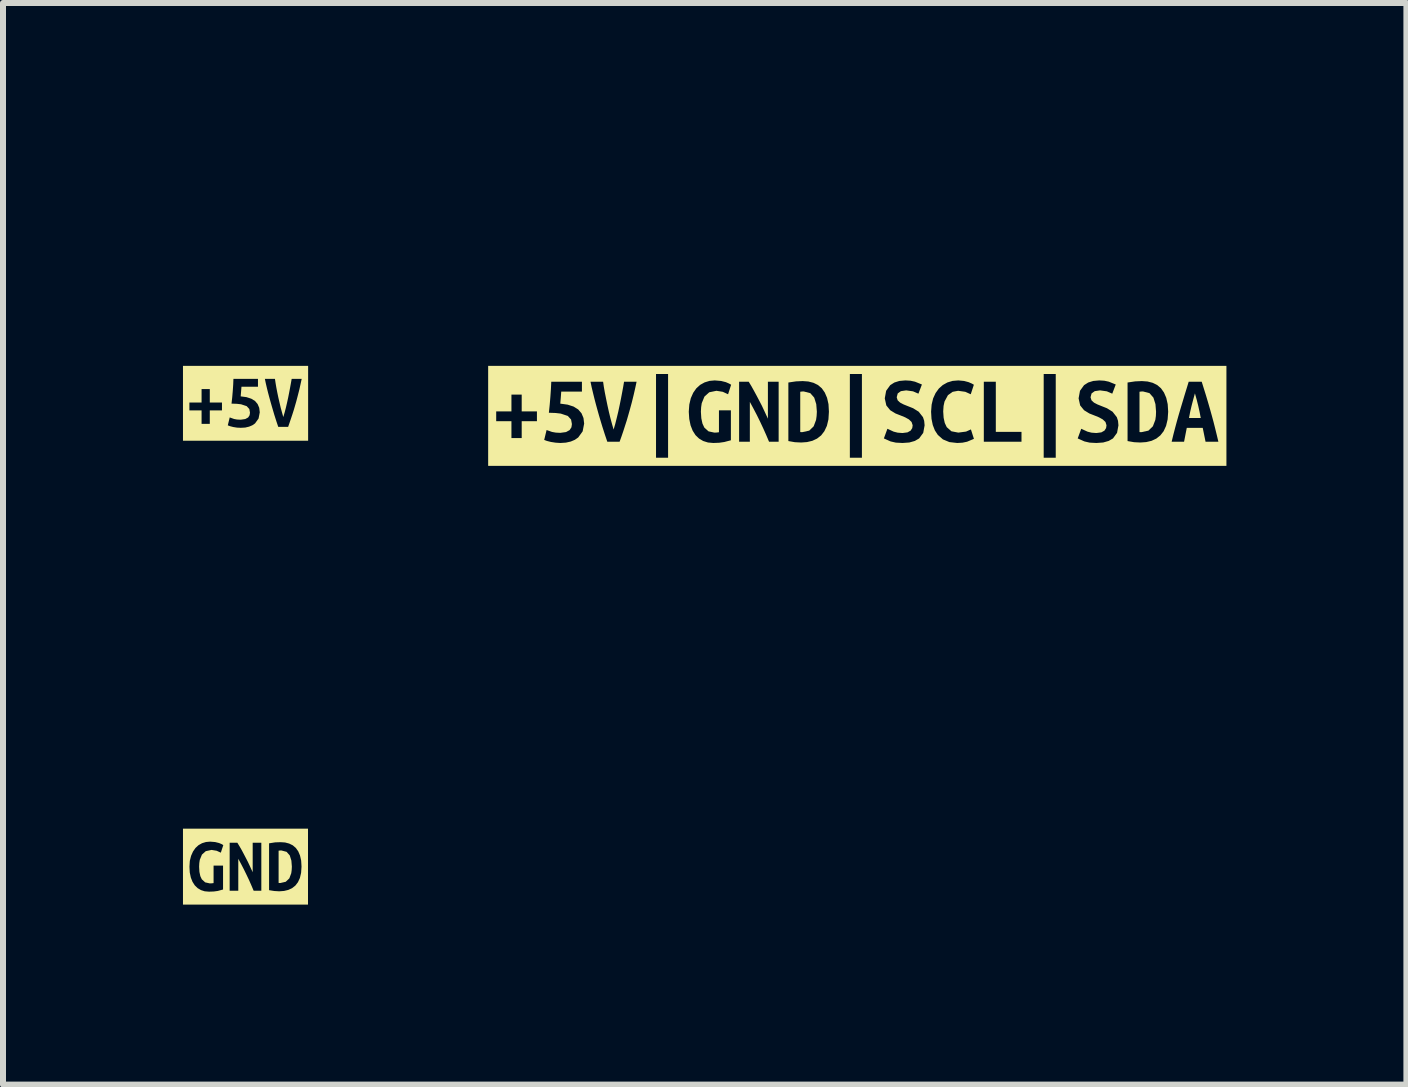
<source format=kicad_pcb>
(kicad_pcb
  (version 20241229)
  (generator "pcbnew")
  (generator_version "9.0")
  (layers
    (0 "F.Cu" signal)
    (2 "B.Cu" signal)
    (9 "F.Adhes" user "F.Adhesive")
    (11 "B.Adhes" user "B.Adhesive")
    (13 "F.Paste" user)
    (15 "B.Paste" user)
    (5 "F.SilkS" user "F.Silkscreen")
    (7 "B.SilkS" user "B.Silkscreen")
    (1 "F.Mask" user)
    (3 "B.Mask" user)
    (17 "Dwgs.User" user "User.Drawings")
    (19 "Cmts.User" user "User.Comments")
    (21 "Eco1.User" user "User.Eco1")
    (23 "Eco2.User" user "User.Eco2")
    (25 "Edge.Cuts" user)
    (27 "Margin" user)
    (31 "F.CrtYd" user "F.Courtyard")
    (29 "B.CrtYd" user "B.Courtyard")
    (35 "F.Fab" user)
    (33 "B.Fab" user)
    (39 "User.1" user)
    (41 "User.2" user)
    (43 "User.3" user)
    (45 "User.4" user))
  (footprint "kibuzzard-682711E3"
    (layer "F.Cu")
    (at 1.043 3.673)
    (property "Reference" "kibuzzard-682711E3" (at 0 -3.672 0) (layer "F.SilkS") (effects (font (size 0.001 0.001) (thickness 0.15))))
    (attr board_only exclude_from_pos_files exclude_from_bom)
    (fp_poly (pts (xy -0.936 -0.624) (xy -1.043 -0.624) (xy -1.043 0.624) (xy -0.936 0.624) (xy -0.596 0.624) (xy -0.596 0.342) (xy -0.733 0.342) (xy -0.733 0.118) (xy -0.936 0.118) (xy -0.936 -0.013) (xy -0.733 -0.013) (xy -0.733 -0.238) (xy -0.596 -0.238) (xy -0.596 -0.013) (xy -0.393 -0.013) (xy -0.393 0.118) (xy -0.596 0.118) (xy -0.596 0.342) (xy -0.596 0.624) (xy -0.08 0.624) (xy -0.08 0.408) (xy -0.143 0.405) (xy -0.205 0.395) (xy -0.259 0.381) (xy -0.296 0.367) (xy -0.264 0.235) (xy -0.191 0.261) (xy -0.142 0.27) (xy -0.081 0.273) (xy -0.005 0.262) (xy 0.043 0.236) (xy 0.067 0.199) (xy 0.074 0.156) (xy 0.063 0.095) (xy 0.019 0.047) (xy -0.075 0.016) (xy -0.145 0.008) (xy -0.234 0.005) (xy -0.222 -0.102) (xy -0.213 -0.207) (xy -0.206 -0.31) (xy -0.202 -0.408) (xy 0.207 -0.408) (xy 0.207 -0.277) (xy -0.068 -0.277) (xy -0.075 -0.19) (xy -0.081 -0.116) (xy 0.016 -0.103) (xy 0.096 -0.077) (xy 0.158 -0.039) (xy 0.201 0.012) (xy 0.228 0.075) (xy 0.237 0.15) (xy 0.217 0.253) (xy 0.158 0.335) (xy 0.113 0.366) (xy 0.058 0.389) (xy -0.006 0.404) (xy -0.08 0.408) (xy -0.08 0.624) (xy 0.545 0.624) (xy 0.545 0.392) (xy 0.513 0.297) (xy 0.479 0.19) (xy 0.457 0.115) (xy 0.435 0.04) (xy 0.414 -0.034) (xy 0.394 -0.107) (xy 0.375 -0.178) (xy 0.358 -0.246) (xy 0.337 -0.336) (xy 0.322 -0.408) (xy 0.49 -0.408) (xy 0.5 -0.341) (xy 0.513 -0.264) (xy 0.529 -0.181) (xy 0.547 -0.095) (xy 0.567 -0.008) (xy 0.587 0.077) (xy 0.609 0.157) (xy 0.629 0.229) (xy 0.65 0.158) (xy 0.671 0.078) (xy 0.691 -0.007) (xy 0.71 -0.094) (xy 0.727 -0.18) (xy 0.743 -0.264) (xy 0.757 -0.341) (xy 0.769 -0.408) (xy 0.936 -0.408) (xy 0.918 -0.326) (xy 0.898 -0.235) (xy 0.873 -0.137) (xy 0.846 -0.034) (xy 0.826 0.036) (xy 0.805 0.108) (xy 0.782 0.18) (xy 0.758 0.252) (xy 0.734 0.323) (xy 0.71 0.392) (xy 0.545 0.392) (xy 0.545 0.624) (xy 0.936 0.624) (xy 1.043 0.624) (xy 1.043 -0.624) (xy 0.936 -0.624) (xy -0.936 -0.624)) (stroke (width 0) (type solid)) (fill yes) (layer "F.SilkS")))
  (footprint "kibuzzard-682712AE"
    (layer "F.Cu")
    (at 11.24 3.882)
    (property "Reference" "kibuzzard-682712AE" (at 0 -3.881 0) (layer "F.SilkS") (effects (font (size 0.001 0.001) (thickness 0.15))))
    (attr board_only exclude_from_pos_files exclude_from_bom)
    (fp_poly (pts (xy 5.628 -0.375) (xy 5.598 -0.267) (xy 5.572 -0.167) (xy 5.549 -0.068) (xy 5.529 0.036) (xy 5.725 0.036) (xy 5.705 -0.068) (xy 5.683 -0.167) (xy 5.658 -0.267) (xy 5.628 -0.375)) (stroke (width 0) (type solid)) (fill yes) (layer "F.SilkS"))
    (fp_poly (pts (xy -0.951 0.27) (xy -0.933 0.271) (xy -0.915 0.271) (xy -0.801 0.246) (xy -0.727 0.174) (xy -0.687 0.067) (xy -0.678 0.002) (xy -0.674 -0.069) (xy -0.684 -0.195) (xy -0.718 -0.304) (xy -0.784 -0.379) (xy -0.893 -0.407) (xy -0.922 -0.406) (xy -0.951 -0.402) (xy -0.951 0.27)) (stroke (width 0) (type solid)) (fill yes) (layer "F.SilkS"))
    (fp_poly (pts (xy 4.704 0.27) (xy 4.721 0.271) (xy 4.739 0.271) (xy 4.853 0.246) (xy 4.927 0.174) (xy 4.968 0.067) (xy 4.977 0.002) (xy 4.98 -0.069) (xy 4.97 -0.195) (xy 4.936 -0.304) (xy 4.87 -0.379) (xy 4.762 -0.407) (xy 4.733 -0.406) (xy 4.704 -0.402) (xy 4.704 0.27)) (stroke (width 0) (type solid)) (fill yes) (layer "F.SilkS"))
    (fp_poly (pts (xy -6.019 -0.833) (xy -6.153 -0.833) (xy -6.153 0.833) (xy -6.019 0.833) (xy -5.594 0.833) (xy -5.594 0.37) (xy -5.765 0.37) (xy -5.765 0.089) (xy -6.019 0.089) (xy -6.019 -0.074) (xy -5.765 -0.074) (xy -5.765 -0.355) (xy -5.594 -0.355) (xy -5.594 -0.074) (xy -5.34 -0.074) (xy -5.34 0.089) (xy -5.594 0.089) (xy -5.594 0.37) (xy -5.594 0.833) (xy -4.949 0.833) (xy -4.949 0.452) (xy -5.028 0.447) (xy -5.106 0.435) (xy -5.173 0.418) (xy -5.219 0.401) (xy -5.179 0.236) (xy -5.088 0.268) (xy -5.026 0.279) (xy -4.951 0.283) (xy -4.855 0.27) (xy -4.795 0.237) (xy -4.765 0.191) (xy -4.757 0.137) (xy -4.771 0.061) (xy -4.826 0.001) (xy -4.943 -0.038) (xy -5.03 -0.048) (xy -5.141 -0.052) (xy -5.127 -0.186) (xy -5.116 -0.317) (xy -5.107 -0.445) (xy -5.101 -0.569) (xy -4.59 -0.569) (xy -4.59 -0.404) (xy -4.935 -0.404) (xy -4.943 -0.296) (xy -4.951 -0.204) (xy -4.828 -0.187) (xy -4.729 -0.155) (xy -4.652 -0.107) (xy -4.597 -0.043) (xy -4.564 0.036) (xy -4.553 0.129) (xy -4.578 0.258) (xy -4.652 0.36) (xy -4.708 0.399) (xy -4.776 0.428) (xy -4.857 0.446) (xy -4.949 0.452) (xy -4.949 0.833) (xy -4.167 0.833) (xy -4.167 0.431) (xy -4.207 0.313) (xy -4.25 0.179) (xy -4.278 0.086) (xy -4.306 -0.008) (xy -4.332 -0.101) (xy -4.357 -0.192) (xy -4.38 -0.28) (xy -4.401 -0.365) (xy -4.428 -0.478) (xy -4.447 -0.569) (xy -4.237 -0.569) (xy -4.225 -0.485) (xy -4.208 -0.389) (xy -4.187 -0.284) (xy -4.165 -0.177) (xy -4.141 -0.069) (xy -4.115 0.038) (xy -4.088 0.138) (xy -4.062 0.228) (xy -4.036 0.14) (xy -4.011 0.04) (xy -3.985 -0.067) (xy -3.962 -0.175) (xy -3.94 -0.283) (xy -3.92 -0.388) (xy -3.902 -0.485) (xy -3.888 -0.569) (xy -3.679 -0.569) (xy -3.701 -0.466) (xy -3.727 -0.352) (xy -3.757 -0.23) (xy -3.792 -0.101) (xy -3.817 -0.013) (xy -3.843 0.077) (xy -3.872 0.167) (xy -3.901 0.257) (xy -3.931 0.345) (xy -3.962 0.431) (xy -4.167 0.431) (xy -4.167 0.833) (xy -3.154 0.833) (xy -3.154 0.698) (xy -3.355 0.698) (xy -3.355 -0.698) (xy -3.154 -0.698) (xy -3.154 0.698) (xy -3.154 0.833) (xy -2.4 0.833) (xy -2.4 0.452) (xy -2.489 0.444) (xy -2.569 0.419) (xy -2.638 0.378) (xy -2.697 0.321) (xy -2.744 0.247) (xy -2.779 0.158) (xy -2.801 0.052) (xy -2.809 -0.069) (xy -2.8 -0.19) (xy -2.775 -0.295) (xy -2.735 -0.385) (xy -2.683 -0.459) (xy -2.619 -0.517) (xy -2.545 -0.558) (xy -2.463 -0.583) (xy -2.376 -0.591) (xy -2.271 -0.582) (xy -2.191 -0.562) (xy -2.136 -0.538) (xy -2.103 -0.519) (xy -2.154 -0.36) (xy -2.242 -0.401) (xy -2.348 -0.418) (xy -2.468 -0.393) (xy -2.548 -0.321) (xy -2.593 -0.211) (xy -2.603 -0.144) (xy -2.607 -0.069) (xy -2.6 0.04) (xy -2.581 0.128) (xy -2.55 0.195) (xy -2.48 0.258) (xy -2.384 0.279) (xy -2.345 0.278) (xy -2.306 0.273) (xy -2.306 -0.092) (xy -2.107 -0.092) (xy -2.107 0.407) (xy -2.218 0.436) (xy -2.301 0.448) (xy -2.4 0.452) (xy -2.4 0.833) (xy -1.471 0.833) (xy -1.471 0.431) (xy -1.518 0.32) (xy -1.567 0.21) (xy -1.619 0.099) (xy -1.673 -0.011) (xy -1.731 -0.122) (xy -1.791 -0.233) (xy -1.791 0.431) (xy -1.97 0.431) (xy -1.97 -0.569) (xy -1.81 -0.569) (xy -1.765 -0.495) (xy -1.72 -0.414) (xy -1.675 -0.331) (xy -1.632 -0.249) (xy -1.59 -0.168) (xy -1.553 -0.089) (xy -1.519 -0.016) (xy -1.49 0.047) (xy -1.49 -0.569) (xy -1.311 -0.569) (xy -1.311 0.431) (xy -1.471 0.431) (xy -1.471 0.833) (xy -0.936 0.833) (xy -0.936 0.444) (xy -1.04 0.439) (xy -1.149 0.42) (xy -1.149 -0.556) (xy -1.022 -0.575) (xy -0.91 -0.58) (xy -0.816 -0.573) (xy -0.73 -0.551) (xy -0.655 -0.514) (xy -0.592 -0.46) (xy -0.542 -0.389) (xy -0.504 -0.301) (xy -0.48 -0.195) (xy -0.473 -0.069) (xy -0.481 0.059) (xy -0.507 0.167) (xy -0.549 0.256) (xy -0.603 0.326) (xy -0.671 0.379) (xy -0.75 0.416) (xy -0.839 0.437) (xy -0.936 0.444) (xy -0.936 0.833) (xy 0.077 0.833) (xy 0.077 0.698) (xy -0.124 0.698) (xy -0.124 -0.698) (xy 0.077 -0.698) (xy 0.077 0.698) (xy 0.077 0.833) (xy 0.754 0.833) (xy 0.754 0.452) (xy 0.642 0.446) (xy 0.555 0.426) (xy 0.443 0.376) (xy 0.502 0.215) (xy 0.606 0.263) (xy 0.673 0.28) (xy 0.754 0.286) (xy 0.837 0.275) (xy 0.889 0.246) (xy 0.916 0.204) (xy 0.923 0.157) (xy 0.905 0.102) (xy 0.86 0.059) (xy 0.799 0.025) (xy 0.731 -0.003) (xy 0.637 -0.04) (xy 0.549 -0.094) (xy 0.484 -0.174) (xy 0.458 -0.292) (xy 0.481 -0.418) (xy 0.549 -0.512) (xy 0.618 -0.556) (xy 0.701 -0.582) (xy 0.8 -0.591) (xy 0.887 -0.586) (xy 0.961 -0.57) (xy 1.077 -0.523) (xy 1.019 -0.37) (xy 0.929 -0.409) (xy 0.815 -0.425) (xy 0.727 -0.412) (xy 0.674 -0.374) (xy 0.657 -0.31) (xy 0.673 -0.259) (xy 0.714 -0.221) (xy 0.771 -0.191) (xy 0.833 -0.166) (xy 0.931 -0.127) (xy 1.024 -0.069) (xy 1.095 0.022) (xy 1.115 0.083) (xy 1.122 0.158) (xy 1.099 0.283) (xy 1.031 0.376) (xy 0.959 0.418) (xy 0.867 0.444) (xy 0.754 0.452) (xy 0.754 0.833) (xy 1.665 0.833) (xy 1.665 0.452) (xy 1.535 0.437) (xy 1.427 0.392) (xy 1.342 0.317) (xy 1.293 0.242) (xy 1.258 0.152) (xy 1.237 0.049) (xy 1.23 -0.069) (xy 1.239 -0.187) (xy 1.264 -0.291) (xy 1.305 -0.38) (xy 1.359 -0.455) (xy 1.425 -0.514) (xy 1.502 -0.557) (xy 1.589 -0.583) (xy 1.684 -0.591) (xy 1.78 -0.582) (xy 1.855 -0.562) (xy 1.91 -0.538) (xy 1.943 -0.519) (xy 1.891 -0.36) (xy 1.801 -0.401) (xy 1.681 -0.418) (xy 1.59 -0.401) (xy 1.511 -0.345) (xy 1.454 -0.239) (xy 1.438 -0.165) (xy 1.432 -0.074) (xy 1.439 0.031) (xy 1.458 0.118) (xy 1.491 0.188) (xy 1.569 0.257) (xy 1.684 0.279) (xy 1.813 0.262) (xy 1.894 0.226) (xy 1.944 0.383) (xy 1.83 0.431) (xy 1.753 0.447) (xy 1.665 0.452) (xy 1.665 0.833) (xy 2.737 0.833) (xy 2.737 0.431) (xy 2.109 0.431) (xy 2.109 -0.569) (xy 2.309 -0.569) (xy 2.309 0.267) (xy 2.737 0.267) (xy 2.737 0.431) (xy 2.737 0.833) (xy 3.308 0.833) (xy 3.308 0.698) (xy 3.107 0.698) (xy 3.107 -0.698) (xy 3.308 -0.698) (xy 3.308 0.698) (xy 3.308 0.833) (xy 3.985 0.833) (xy 3.985 0.452) (xy 3.873 0.446) (xy 3.786 0.426) (xy 3.674 0.376) (xy 3.733 0.215) (xy 3.837 0.263) (xy 3.904 0.28) (xy 3.985 0.286) (xy 4.068 0.275) (xy 4.12 0.246) (xy 4.147 0.204) (xy 4.154 0.157) (xy 4.137 0.102) (xy 4.091 0.059) (xy 4.03 0.025) (xy 3.962 -0.003) (xy 3.868 -0.04) (xy 3.78 -0.094) (xy 3.715 -0.174) (xy 3.689 -0.292) (xy 3.712 -0.418) (xy 3.78 -0.512) (xy 3.849 -0.556) (xy 3.933 -0.582) (xy 4.032 -0.591) (xy 4.118 -0.586) (xy 4.192 -0.57) (xy 4.308 -0.523) (xy 4.25 -0.37) (xy 4.16 -0.409) (xy 4.046 -0.425) (xy 3.958 -0.412) (xy 3.905 -0.374) (xy 3.888 -0.31) (xy 3.904 -0.259) (xy 3.945 -0.221) (xy 4.002 -0.191) (xy 4.064 -0.166) (xy 4.162 -0.127) (xy 4.255 -0.069) (xy 4.326 0.022) (xy 4.346 0.083) (xy 4.353 0.158) (xy 4.33 0.283) (xy 4.262 0.376) (xy 4.19 0.418) (xy 4.098 0.444) (xy 3.985 0.452) (xy 3.985 0.833) (xy 4.718 0.833) (xy 4.718 0.444) (xy 4.614 0.439) (xy 4.505 0.42) (xy 4.505 -0.556) (xy 4.632 -0.575) (xy 4.744 -0.58) (xy 4.838 -0.573) (xy 4.924 -0.551) (xy 4.999 -0.514) (xy 5.062 -0.46) (xy 5.112 -0.389) (xy 5.15 -0.301) (xy 5.174 -0.195) (xy 5.182 -0.069) (xy 5.173 0.059) (xy 5.147 0.167) (xy 5.106 0.256) (xy 5.051 0.326) (xy 4.984 0.379) (xy 4.905 0.416) (xy 4.816 0.437) (xy 4.718 0.444) (xy 4.718 0.833) (xy 5.805 0.833) (xy 5.805 0.431) (xy 5.758 0.2) (xy 5.492 0.2) (xy 5.447 0.431) (xy 5.24 0.431) (xy 5.268 0.315) (xy 5.297 0.203) (xy 5.326 0.095) (xy 5.355 -0.008) (xy 5.384 -0.107) (xy 5.42 -0.227) (xy 5.455 -0.344) (xy 5.49 -0.458) (xy 5.524 -0.569) (xy 5.741 -0.569) (xy 5.776 -0.457) (xy 5.812 -0.342) (xy 5.847 -0.224) (xy 5.882 -0.103) (xy 5.91 -0.002) (xy 5.938 0.101) (xy 5.965 0.208) (xy 5.992 0.318) (xy 6.019 0.431) (xy 5.805 0.431) (xy 5.805 0.833) (xy 6.019 0.833) (xy 6.153 0.833) (xy 6.153 -0.833) (xy 6.019 -0.833) (xy -6.019 -0.833)) (stroke (width 0) (type solid)) (fill yes) (layer "F.SilkS")))
  (footprint "kibuzzard-6827114F"
    (layer "F.Cu")
    (at 1.042 11.396)
    (property "Reference" "kibuzzard-6827114F" (at 0 -3.681 0) (layer "F.SilkS") (effects (font (size 0.001 0.001) (thickness 0.15))))
    (attr board_only exclude_from_pos_files exclude_from_bom)
    (fp_poly (pts (xy 0.552 0.271) (xy 0.566 0.273) (xy 0.58 0.273) (xy 0.671 0.252) (xy 0.731 0.195) (xy 0.763 0.109) (xy 0.77 0.057) (xy 0.773 0) (xy 0.765 -0.101) (xy 0.738 -0.187) (xy 0.685 -0.247) (xy 0.598 -0.27) (xy 0.575 -0.269) (xy 0.552 -0.266) (xy 0.552 0.271)) (stroke (width 0) (type solid)) (fill yes) (layer "F.SilkS"))
    (fp_poly (pts (xy -0.934 -0.633) (xy -1.042 -0.633) (xy -1.042 0.633) (xy -0.934 0.633) (xy -0.607 0.633) (xy -0.607 0.417) (xy -0.679 0.411) (xy -0.742 0.391) (xy -0.798 0.358) (xy -0.845 0.312) (xy -0.883 0.253) (xy -0.911 0.182) (xy -0.929 0.097) (xy -0.934 0) (xy -0.928 -0.096) (xy -0.907 -0.18) (xy -0.875 -0.252) (xy -0.834 -0.311) (xy -0.783 -0.358) (xy -0.724 -0.391) (xy -0.658 -0.411) (xy -0.588 -0.417) (xy -0.505 -0.41) (xy -0.441 -0.394) (xy -0.396 -0.375) (xy -0.37 -0.359) (xy -0.411 -0.233) (xy -0.481 -0.265) (xy -0.566 -0.279) (xy -0.662 -0.258) (xy -0.726 -0.201) (xy -0.762 -0.113) (xy -0.77 -0.059) (xy -0.773 0) (xy -0.768 0.087) (xy -0.753 0.158) (xy -0.728 0.211) (xy -0.672 0.262) (xy -0.595 0.279) (xy -0.563 0.278) (xy -0.532 0.274) (xy -0.532 -0.018) (xy -0.374 -0.018) (xy -0.374 0.381) (xy -0.462 0.405) (xy -0.528 0.414) (xy -0.607 0.417) (xy -0.607 0.633) (xy 0.136 0.633) (xy 0.136 0.401) (xy 0.098 0.312) (xy 0.059 0.223) (xy 0.017 0.135) (xy -0.026 0.047) (xy -0.072 -0.042) (xy -0.12 -0.131) (xy -0.12 0.401) (xy -0.264 0.401) (xy -0.264 -0.399) (xy -0.136 -0.399) (xy -0.1 -0.34) (xy -0.063 -0.276) (xy -0.028 -0.21) (xy 0.007 -0.143) (xy 0.04 -0.079) (xy 0.07 -0.016) (xy 0.097 0.043) (xy 0.12 0.093) (xy 0.12 -0.399) (xy 0.264 -0.399) (xy 0.264 0.401) (xy 0.136 0.401) (xy 0.136 0.633) (xy 0.563 0.633) (xy 0.563 0.411) (xy 0.48 0.406) (xy 0.393 0.392) (xy 0.393 -0.389) (xy 0.495 -0.405) (xy 0.584 -0.408) (xy 0.66 -0.403) (xy 0.728 -0.385) (xy 0.789 -0.355) (xy 0.839 -0.312) (xy 0.879 -0.256) (xy 0.909 -0.185) (xy 0.928 -0.101) (xy 0.934 0) (xy 0.927 0.103) (xy 0.907 0.189) (xy 0.874 0.26) (xy 0.83 0.317) (xy 0.776 0.359) (xy 0.713 0.388) (xy 0.642 0.405) (xy 0.563 0.411) (xy 0.563 0.633) (xy 0.934 0.633) (xy 1.042 0.633) (xy 1.042 -0.633) (xy 0.934 -0.633) (xy -0.934 -0.633)) (stroke (width 0) (type solid)) (fill yes) (layer "F.SilkS")))
  (gr_rect
    (start -3 -3)
    (end 20.393 15.029)
    (stroke (width 0.1) (type default))
    (fill no)
    (layer "Edge.Cuts")))
</source>
